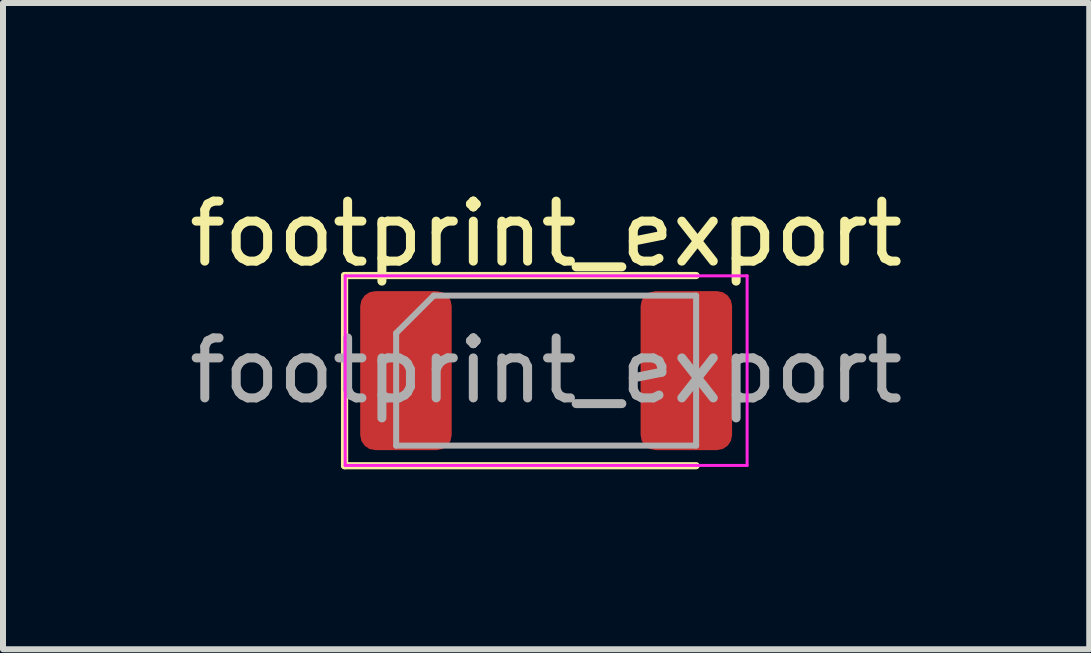
<source format=kicad_pcb>
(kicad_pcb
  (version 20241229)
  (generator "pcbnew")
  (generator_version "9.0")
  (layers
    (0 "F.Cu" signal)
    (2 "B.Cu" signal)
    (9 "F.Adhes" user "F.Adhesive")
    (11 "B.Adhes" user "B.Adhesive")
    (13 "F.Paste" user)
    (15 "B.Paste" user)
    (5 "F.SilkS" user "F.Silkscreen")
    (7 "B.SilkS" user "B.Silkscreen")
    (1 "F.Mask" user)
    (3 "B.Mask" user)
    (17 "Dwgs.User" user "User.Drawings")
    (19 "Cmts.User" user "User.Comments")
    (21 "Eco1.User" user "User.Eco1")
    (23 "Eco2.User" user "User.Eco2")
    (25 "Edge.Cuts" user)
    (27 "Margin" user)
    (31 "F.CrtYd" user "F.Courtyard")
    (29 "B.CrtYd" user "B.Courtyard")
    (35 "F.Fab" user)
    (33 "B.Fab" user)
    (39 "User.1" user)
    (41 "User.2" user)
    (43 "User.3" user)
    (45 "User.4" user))
  (footprint "footprint_export"
    (layer "F.Cu")
    (at 6.054 3.128)
    (property "Reference" "footprint_export" (at 0 -2.28 0) (layer "F.SilkS") (effects (font (size 1 1) (thickness 0.15))))
    (attr smd)
    (fp_line (start -3.36 -1.585) (end -3.36 1.585) (stroke (width 0.12) (type solid)) (layer "F.SilkS"))
    (fp_line (start -3.36 1.585) (end 2.5 1.585) (stroke (width 0.12) (type solid)) (layer "F.SilkS"))
    (fp_line (start 2.5 -1.585) (end -3.36 -1.585) (stroke (width 0.12) (type solid)) (layer "F.SilkS"))
    (fp_line (start -3.35 -1.58) (end 3.35 -1.58) (stroke (width 0.05) (type solid)) (layer "F.CrtYd"))
    (fp_line (start -3.35 1.58) (end -3.35 -1.58) (stroke (width 0.05) (type solid)) (layer "F.CrtYd"))
    (fp_line (start 3.35 -1.58) (end 3.35 1.58) (stroke (width 0.05) (type solid)) (layer "F.CrtYd"))
    (fp_line (start 3.35 1.58) (end -3.35 1.58) (stroke (width 0.05) (type solid)) (layer "F.CrtYd"))
    (fp_line (start -2.5 -0.625) (end -2.5 1.25) (stroke (width 0.1) (type solid)) (layer "F.Fab"))
    (fp_line (start -2.5 1.25) (end 2.5 1.25) (stroke (width 0.1) (type solid)) (layer "F.Fab"))
    (fp_line (start -1.875 -1.25) (end -2.5 -0.625) (stroke (width 0.1) (type solid)) (layer "F.Fab"))
    (fp_line (start 2.5 -1.25) (end -1.875 -1.25) (stroke (width 0.1) (type solid)) (layer "F.Fab"))
    (fp_line (start 2.5 1.25) (end 2.5 -1.25) (stroke (width 0.1) (type solid)) (layer "F.Fab"))
    (fp_text user "${REFERENCE}" (at 0 0 0) (layer "F.Fab") (effects (font (size 1 1) (thickness 0.15))))
    (pad "1" smd roundrect (at -2.337 0) (size 1.525 2.65) (layers "F.Cu" "F.Mask" "F.Paste") (roundrect_rratio 0.164))
    (pad "2" smd roundrect (at 2.337 0) (size 1.525 2.65) (layers "F.Cu" "F.Mask" "F.Paste") (roundrect_rratio 0.164)))
  (gr_rect
    (start -3 -3)
    (end 15.107 7.773)
    (stroke (width 0.1) (type default))
    (fill no)
    (layer "Edge.Cuts")))
</source>
